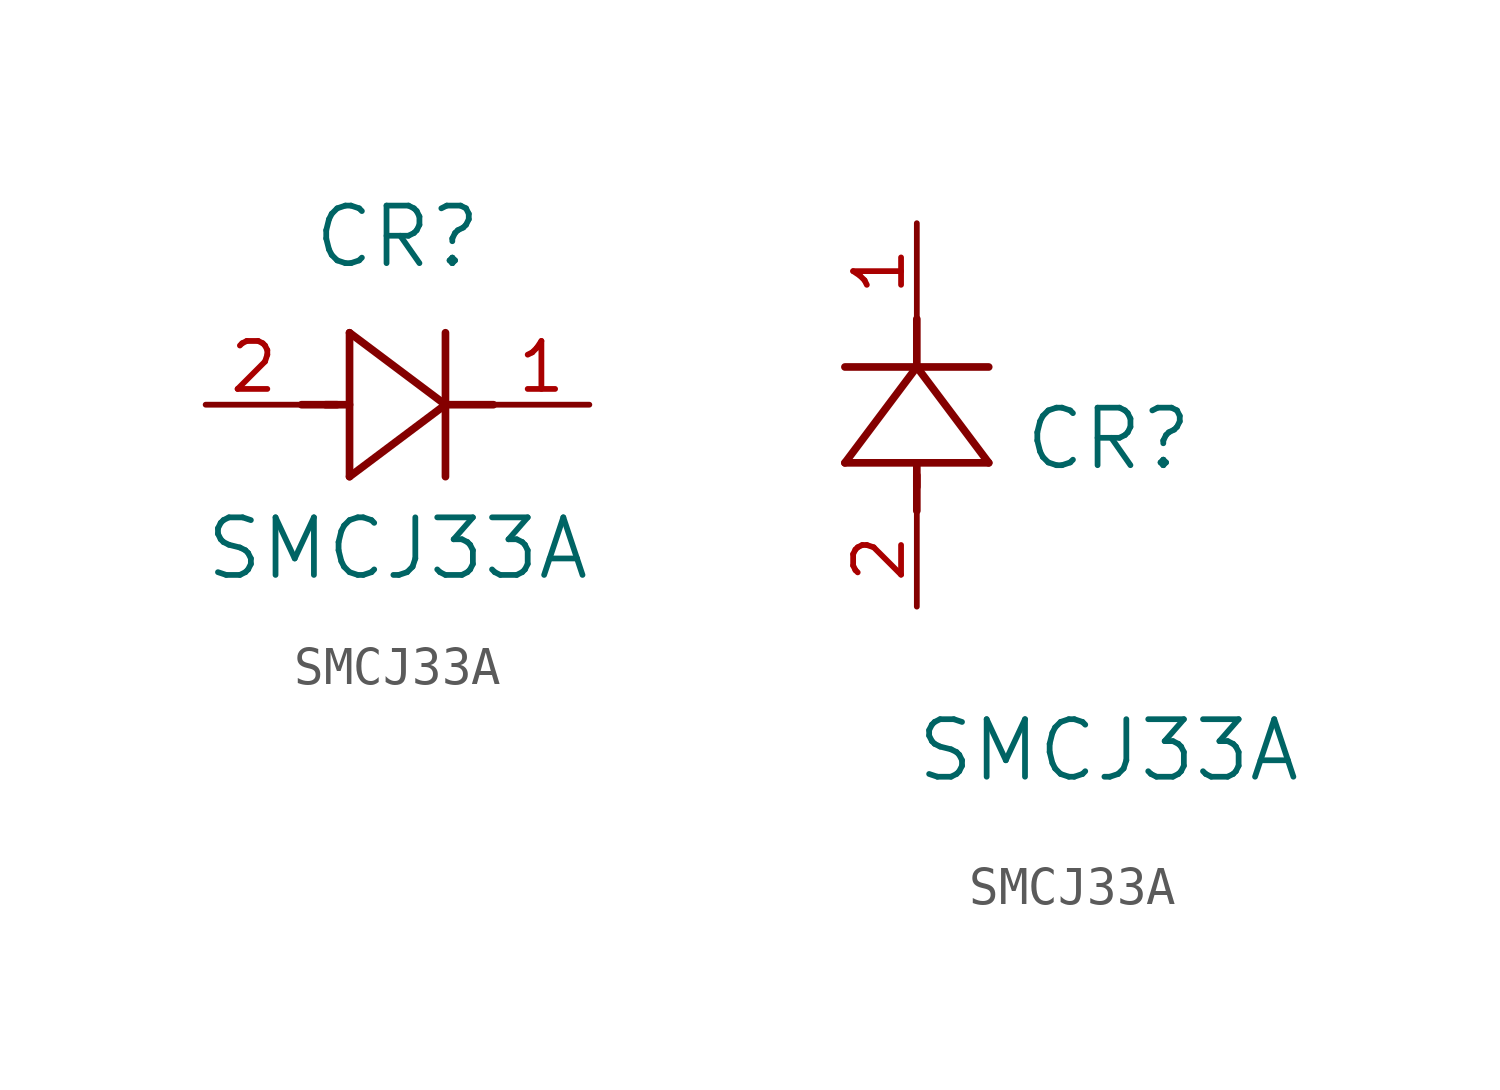
<source format=kicad_sym>
(kicad_symbol_lib
  (version 20211014)
  (generator kicad_symbol_editor)
  (symbol "SMCJ33A"
    (pin_names
      (offset 0.254))
    (property "Reference" "CR"
      (at 5.08 4.445 0)
      (effects (font (size 1.524 1.524))))
    (property "Value" "SMCJ33A"
      (at 5.08 -3.81 0)
      (effects (font (size 1.524 1.524))))
    (symbol "SMCJ33A_1_1"
      (polyline (pts (xy 2.54 0) (xy 3.48 0)) (stroke (width 0.203) (type default) (color 0 0 0 0)) (fill (type none)))
      (polyline (pts (xy 3.81 1.905) (xy 3.81 -1.905)) (stroke (width 0.203) (type default) (color 0 0 0 0)) (fill (type none)))
      (polyline (pts (xy 3.175 0) (xy 3.81 0)) (stroke (width 0.203) (type default) (color 0 0 0 0)) (fill (type none)))
      (polyline (pts (xy 6.35 -1.905) (xy 6.35 1.905)) (stroke (width 0.203) (type default) (color 0 0 0 0)) (fill (type none)))
      (polyline (pts (xy 6.35 0) (xy 7.62 0)) (stroke (width 0.203) (type default) (color 0 0 0 0)) (fill (type none)))
      (polyline (pts (xy 6.35 0) (xy 3.81 1.905)) (stroke (width 0.203) (type default) (color 0 0 0 0)) (fill (type none)))
      (polyline (pts (xy 3.81 -1.905) (xy 6.35 0)) (stroke (width 0.203) (type default) (color 0 0 0 0)) (fill (type none)))
      (pin unspecified line (at 0 0 0) (length 2.54) (name "" (effects (font (size 1.27 1.27)))) (number "2" (effects (font (size 1.27 1.27)))))
      (pin unspecified line (at 10.16 0 180) (length 2.54) (name "" (effects (font (size 1.27 1.27)))) (number "1" (effects (font (size 1.27 1.27))))))
    (symbol "SMCJ33A_1_2"
      (polyline (pts (xy 0 2.54) (xy 0 3.48)) (stroke (width 0.203) (type default) (color 0 0 0 0)) (fill (type none)))
      (polyline (pts (xy -1.905 3.81) (xy 1.905 3.81)) (stroke (width 0.203) (type default) (color 0 0 0 0)) (fill (type none)))
      (polyline (pts (xy 0 3.175) (xy 0 3.81)) (stroke (width 0.203) (type default) (color 0 0 0 0)) (fill (type none)))
      (polyline (pts (xy 1.905 6.35) (xy -1.905 6.35)) (stroke (width 0.203) (type default) (color 0 0 0 0)) (fill (type none)))
      (polyline (pts (xy 0 6.35) (xy 0 7.62)) (stroke (width 0.203) (type default) (color 0 0 0 0)) (fill (type none)))
      (polyline (pts (xy 0 6.35) (xy -1.905 3.81)) (stroke (width 0.203) (type default) (color 0 0 0 0)) (fill (type none)))
      (polyline (pts (xy 1.905 3.81) (xy 0 6.35)) (stroke (width 0.203) (type default) (color 0 0 0 0)) (fill (type none)))
      (pin unspecified line (at 0 0 90) (length 2.54) (name "" (effects (font (size 1.27 1.27)))) (number "2" (effects (font (size 1.27 1.27)))))
      (pin unspecified line (at 0 10.16 270) (length 2.54) (name "" (effects (font (size 1.27 1.27)))) (number "1" (effects (font (size 1.27 1.27))))))))
</source>
